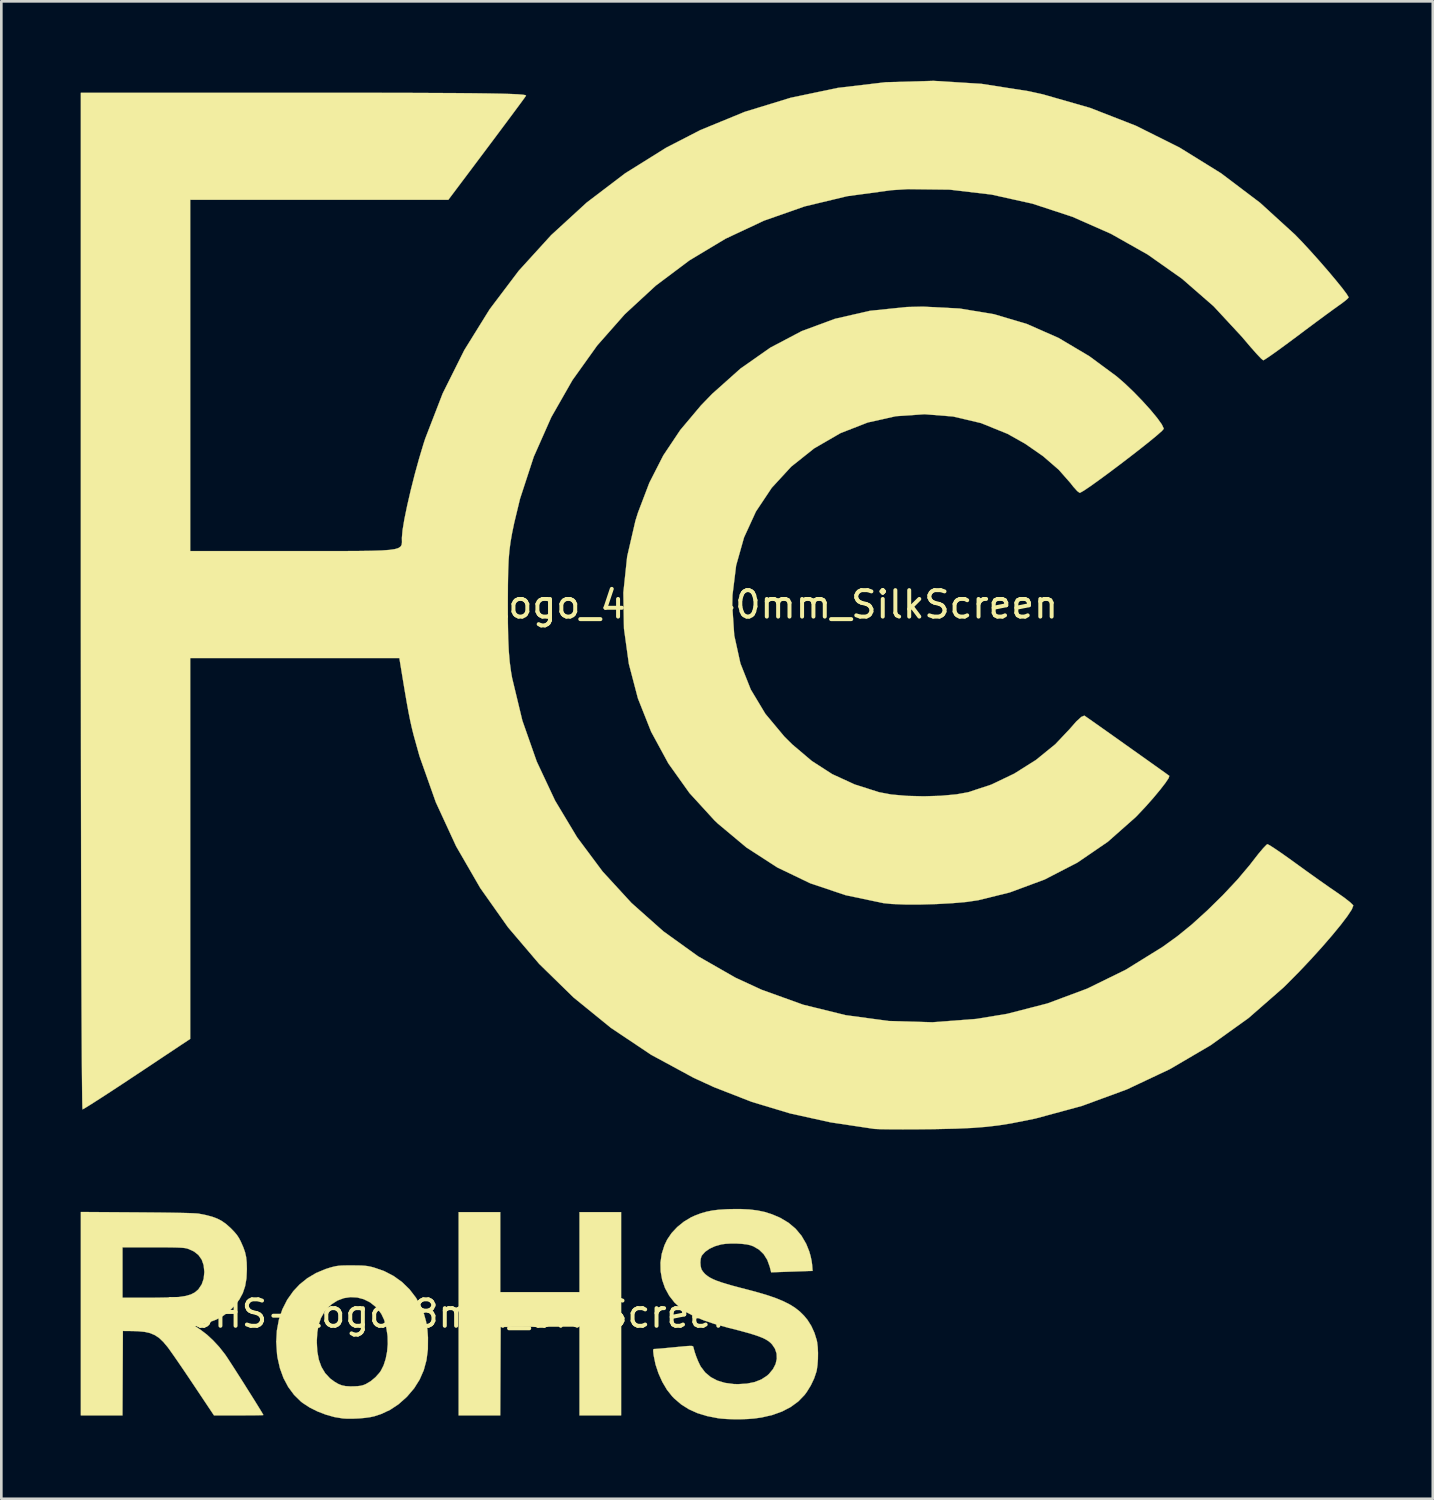
<source format=kicad_pcb>
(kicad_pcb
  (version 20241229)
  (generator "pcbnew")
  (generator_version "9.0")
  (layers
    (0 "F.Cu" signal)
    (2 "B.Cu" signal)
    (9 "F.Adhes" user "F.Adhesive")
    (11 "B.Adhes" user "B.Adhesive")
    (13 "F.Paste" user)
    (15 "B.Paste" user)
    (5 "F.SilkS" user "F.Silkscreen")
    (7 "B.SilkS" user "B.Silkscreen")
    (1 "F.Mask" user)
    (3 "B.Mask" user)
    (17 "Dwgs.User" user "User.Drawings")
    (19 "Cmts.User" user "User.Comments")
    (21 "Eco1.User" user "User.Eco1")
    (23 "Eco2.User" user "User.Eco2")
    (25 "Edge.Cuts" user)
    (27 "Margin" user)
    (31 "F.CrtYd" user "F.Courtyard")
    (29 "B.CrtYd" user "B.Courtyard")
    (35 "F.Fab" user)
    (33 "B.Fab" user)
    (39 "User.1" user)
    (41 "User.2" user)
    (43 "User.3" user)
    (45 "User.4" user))
  (footprint "RoHS-Logo_8mm_SilkScreen"
    (layer "F.Cu")
    (at 13.945 46.585)
    (property "Reference" "RoHS-Logo_8mm_SilkScreen" (at 0 0 0) (layer "F.SilkS") (effects (font (size 1 1) (thickness 0.15))))
    (attr exclude_from_pos_files exclude_from_bom)
    (fp_poly (pts (xy 1.905 -0.816) (xy 4.899 -0.816) (xy 4.899 -3.84) (xy 6.471 -3.84) (xy 6.471 3.84) (xy 4.899 3.84) (xy 4.899 0.483) (xy 3.409 0.491) (xy 1.92 0.499) (xy 1.912 2.17) (xy 1.904 3.84) (xy 0.333 3.84) (xy 0.333 -3.84) (xy 1.905 -3.84) (xy 1.905 -0.816)) (stroke (width 0.01) (type solid)) (fill yes) (layer "F.SilkS"))
    (fp_poly (pts (xy -3.689 -1.826) (xy -3.487 -1.825) (xy -3.332 -1.821) (xy -3.208 -1.813) (xy -3.103 -1.8) (xy -3.001 -1.78) (xy -2.889 -1.752) (xy -2.871 -1.747) (xy -2.484 -1.613) (xy -2.127 -1.428) (xy -1.804 -1.196) (xy -1.52 -0.919) (xy -1.277 -0.602) (xy -1.087 -0.26) (xy -0.976 0.011) (xy -0.898 0.291) (xy -0.848 0.594) (xy -0.826 0.895) (xy -0.829 1.34) (xy -0.882 1.752) (xy -0.985 2.132) (xy -1.14 2.485) (xy -1.346 2.814) (xy -1.607 3.121) (xy -1.647 3.161) (xy -1.942 3.422) (xy -2.255 3.629) (xy -2.595 3.788) (xy -2.848 3.872) (xy -3.005 3.906) (xy -3.205 3.934) (xy -3.428 3.954) (xy -3.657 3.964) (xy -3.873 3.965) (xy -4.043 3.955) (xy -4.359 3.903) (xy -4.684 3.812) (xy -5.003 3.689) (xy -5.3 3.54) (xy -5.558 3.371) (xy -5.627 3.317) (xy -5.885 3.064) (xy -6.105 2.767) (xy -6.284 2.43) (xy -6.419 2.059) (xy -6.51 1.658) (xy -6.528 1.527) (xy -6.558 1.069) (xy -6.558 1.058) (xy -5.026 1.058) (xy -5.008 1.419) (xy -4.95 1.735) (xy -4.85 2.01) (xy -4.709 2.245) (xy -4.525 2.443) (xy -4.354 2.57) (xy -4.213 2.652) (xy -4.079 2.705) (xy -3.936 2.734) (xy -3.762 2.744) (xy -3.644 2.743) (xy -3.488 2.736) (xy -3.373 2.722) (xy -3.278 2.699) (xy -3.183 2.661) (xy -3.168 2.654) (xy -2.989 2.548) (xy -2.814 2.402) (xy -2.662 2.234) (xy -2.604 2.151) (xy -2.502 1.949) (xy -2.423 1.704) (xy -2.37 1.432) (xy -2.345 1.147) (xy -2.351 0.864) (xy -2.358 0.793) (xy -2.407 0.487) (xy -2.482 0.228) (xy -2.586 0.009) (xy -2.724 -0.181) (xy -2.799 -0.26) (xy -3.013 -0.43) (xy -3.249 -0.548) (xy -3.498 -0.614) (xy -3.752 -0.628) (xy -4.004 -0.59) (xy -4.245 -0.5) (xy -4.468 -0.357) (xy -4.577 -0.26) (xy -4.742 -0.063) (xy -4.868 0.158) (xy -4.955 0.411) (xy -5.007 0.701) (xy -5.026 1.036) (xy -5.026 1.058) (xy -6.558 1.058) (xy -6.534 0.633) (xy -6.457 0.22) (xy -6.327 -0.167) (xy -6.145 -0.526) (xy -5.912 -0.855) (xy -5.674 -1.109) (xy -5.384 -1.343) (xy -5.054 -1.539) (xy -4.691 -1.691) (xy -4.518 -1.745) (xy -4.402 -1.776) (xy -4.303 -1.798) (xy -4.205 -1.812) (xy -4.096 -1.821) (xy -3.96 -1.825) (xy -3.784 -1.827) (xy -3.689 -1.826)) (stroke (width 0.01) (type solid)) (fill yes) (layer "F.SilkS"))
    (fp_poly (pts (xy -11.816 -3.831) (xy -11.341 -3.827) (xy -10.916 -3.823) (xy -10.544 -3.818) (xy -10.225 -3.812) (xy -9.96 -3.806) (xy -9.752 -3.799) (xy -9.601 -3.792) (xy -9.509 -3.785) (xy -9.495 -3.783) (xy -9.214 -3.728) (xy -8.982 -3.667) (xy -8.786 -3.594) (xy -8.615 -3.504) (xy -8.456 -3.392) (xy -8.297 -3.252) (xy -8.263 -3.219) (xy -8.136 -3.087) (xy -8.042 -2.974) (xy -7.967 -2.86) (xy -7.897 -2.727) (xy -7.894 -2.719) (xy -7.802 -2.511) (xy -7.737 -2.326) (xy -7.696 -2.143) (xy -7.675 -1.943) (xy -7.668 -1.705) (xy -7.668 -1.678) (xy -7.683 -1.34) (xy -7.734 -1.043) (xy -7.822 -0.78) (xy -7.952 -0.539) (xy -8.127 -0.311) (xy -8.237 -0.195) (xy -8.385 -0.058) (xy -8.533 0.057) (xy -8.691 0.154) (xy -8.872 0.239) (xy -9.084 0.317) (xy -9.34 0.394) (xy -9.521 0.442) (xy -9.622 0.469) (xy -9.4 0.619) (xy -9.173 0.793) (xy -8.94 1.01) (xy -8.713 1.255) (xy -8.508 1.515) (xy -8.477 1.557) (xy -8.425 1.634) (xy -8.35 1.748) (xy -8.255 1.894) (xy -8.144 2.066) (xy -8.022 2.257) (xy -7.892 2.46) (xy -7.759 2.67) (xy -7.627 2.881) (xy -7.498 3.085) (xy -7.378 3.276) (xy -7.271 3.449) (xy -7.18 3.597) (xy -7.109 3.713) (xy -7.063 3.791) (xy -7.046 3.825) (xy -7.045 3.826) (xy -7.074 3.83) (xy -7.157 3.833) (xy -7.285 3.836) (xy -7.452 3.838) (xy -7.65 3.839) (xy -7.872 3.84) (xy -7.978 3.84) (xy -8.91 3.84) (xy -9.682 2.684) (xy -9.849 2.435) (xy -10.012 2.193) (xy -10.169 1.963) (xy -10.313 1.752) (xy -10.441 1.568) (xy -10.548 1.416) (xy -10.629 1.303) (xy -10.666 1.254) (xy -10.826 1.063) (xy -10.982 0.915) (xy -11.145 0.807) (xy -11.325 0.731) (xy -11.535 0.684) (xy -11.785 0.66) (xy -11.973 0.654) (xy -12.352 0.65) (xy -12.36 2.245) (xy -12.368 3.84) (xy -13.94 3.84) (xy -13.94 -2.51) (xy -12.367 -2.51) (xy -12.367 -0.605) (xy -11.422 -0.605) (xy -11.174 -0.606) (xy -10.933 -0.609) (xy -10.708 -0.613) (xy -10.51 -0.619) (xy -10.349 -0.626) (xy -10.236 -0.633) (xy -10.213 -0.636) (xy -9.975 -0.673) (xy -9.786 -0.728) (xy -9.636 -0.805) (xy -9.515 -0.907) (xy -9.497 -0.926) (xy -9.374 -1.11) (xy -9.3 -1.323) (xy -9.275 -1.57) (xy -9.275 -1.587) (xy -9.301 -1.835) (xy -9.374 -2.044) (xy -9.495 -2.216) (xy -9.663 -2.351) (xy -9.879 -2.449) (xy -9.919 -2.462) (xy -9.97 -2.475) (xy -10.035 -2.485) (xy -10.118 -2.493) (xy -10.227 -2.499) (xy -10.367 -2.504) (xy -10.546 -2.507) (xy -10.768 -2.509) (xy -11.042 -2.51) (xy -11.224 -2.51) (xy -12.367 -2.51) (xy -13.94 -2.51) (xy -13.94 -3.845) (xy -11.816 -3.831)) (stroke (width 0.01) (type solid)) (fill yes) (layer "F.SilkS"))
    (fp_poly (pts (xy 11.316 -3.94) (xy 11.621 -3.903) (xy 11.901 -3.844) (xy 12.166 -3.76) (xy 12.427 -3.65) (xy 12.485 -3.623) (xy 12.796 -3.438) (xy 13.063 -3.213) (xy 13.286 -2.947) (xy 13.465 -2.64) (xy 13.58 -2.353) (xy 13.629 -2.182) (xy 13.668 -2.002) (xy 13.688 -1.852) (xy 13.706 -1.618) (xy 13.619 -1.616) (xy 13.564 -1.615) (xy 13.459 -1.611) (xy 13.313 -1.606) (xy 13.136 -1.6) (xy 12.939 -1.593) (xy 12.836 -1.59) (xy 12.141 -1.565) (xy 12.086 -1.779) (xy 11.993 -2.036) (xy 11.858 -2.251) (xy 11.684 -2.421) (xy 11.471 -2.546) (xy 11.354 -2.589) (xy 11.214 -2.62) (xy 11.033 -2.641) (xy 10.829 -2.653) (xy 10.621 -2.653) (xy 10.427 -2.643) (xy 10.265 -2.622) (xy 10.253 -2.619) (xy 10.018 -2.552) (xy 9.814 -2.458) (xy 9.648 -2.342) (xy 9.531 -2.212) (xy 9.507 -2.171) (xy 9.477 -2.069) (xy 9.466 -1.937) (xy 9.476 -1.8) (xy 9.505 -1.684) (xy 9.505 -1.684) (xy 9.553 -1.605) (xy 9.627 -1.518) (xy 9.663 -1.484) (xy 9.742 -1.421) (xy 9.835 -1.362) (xy 9.947 -1.305) (xy 10.083 -1.248) (xy 10.251 -1.189) (xy 10.455 -1.125) (xy 10.703 -1.054) (xy 11 -0.975) (xy 11.249 -0.911) (xy 11.667 -0.798) (xy 12.031 -0.689) (xy 12.346 -0.579) (xy 12.617 -0.465) (xy 12.851 -0.346) (xy 13.053 -0.218) (xy 13.229 -0.078) (xy 13.384 0.076) (xy 13.512 0.231) (xy 13.657 0.461) (xy 13.777 0.724) (xy 13.861 0.995) (xy 13.877 1.071) (xy 13.9 1.26) (xy 13.91 1.481) (xy 13.907 1.713) (xy 13.891 1.935) (xy 13.864 2.127) (xy 13.85 2.189) (xy 13.764 2.444) (xy 13.639 2.707) (xy 13.486 2.955) (xy 13.398 3.073) (xy 13.164 3.314) (xy 12.883 3.52) (xy 12.557 3.691) (xy 12.189 3.824) (xy 11.782 3.918) (xy 11.497 3.958) (xy 11.262 3.976) (xy 11 3.986) (xy 10.73 3.986) (xy 10.471 3.977) (xy 10.242 3.96) (xy 10.13 3.946) (xy 9.716 3.865) (xy 9.351 3.753) (xy 9.026 3.606) (xy 8.737 3.422) (xy 8.477 3.199) (xy 8.397 3.116) (xy 8.202 2.869) (xy 8.029 2.577) (xy 7.884 2.255) (xy 7.772 1.917) (xy 7.702 1.577) (xy 7.693 1.504) (xy 7.683 1.407) (xy 7.685 1.355) (xy 7.704 1.334) (xy 7.743 1.33) (xy 7.745 1.33) (xy 7.796 1.328) (xy 7.897 1.32) (xy 8.037 1.308) (xy 8.207 1.292) (xy 8.396 1.274) (xy 8.436 1.27) (xy 8.668 1.248) (xy 8.847 1.231) (xy 8.98 1.22) (xy 9.074 1.215) (xy 9.136 1.216) (xy 9.173 1.224) (xy 9.193 1.238) (xy 9.202 1.26) (xy 9.208 1.288) (xy 9.209 1.293) (xy 9.251 1.446) (xy 9.312 1.624) (xy 9.383 1.8) (xy 9.456 1.952) (xy 9.484 2.002) (xy 9.649 2.219) (xy 9.857 2.393) (xy 10.105 2.524) (xy 10.393 2.611) (xy 10.72 2.655) (xy 10.886 2.66) (xy 11.223 2.64) (xy 11.516 2.581) (xy 11.769 2.482) (xy 11.984 2.341) (xy 12.059 2.273) (xy 12.209 2.092) (xy 12.308 1.899) (xy 12.353 1.701) (xy 12.346 1.506) (xy 12.284 1.32) (xy 12.177 1.161) (xy 12.11 1.092) (xy 12.031 1.029) (xy 11.936 0.97) (xy 11.818 0.912) (xy 11.672 0.854) (xy 11.493 0.793) (xy 11.275 0.727) (xy 11.012 0.655) (xy 10.699 0.573) (xy 10.472 0.516) (xy 10.002 0.386) (xy 9.589 0.247) (xy 9.235 0.099) (xy 8.939 -0.058) (xy 8.744 -0.19) (xy 8.493 -0.419) (xy 8.288 -0.682) (xy 8.13 -0.972) (xy 8.022 -1.282) (xy 7.965 -1.605) (xy 7.959 -1.935) (xy 8.007 -2.265) (xy 8.109 -2.587) (xy 8.213 -2.804) (xy 8.38 -3.049) (xy 8.594 -3.278) (xy 8.844 -3.48) (xy 9.116 -3.644) (xy 9.26 -3.709) (xy 9.482 -3.793) (xy 9.696 -3.855) (xy 9.917 -3.9) (xy 10.161 -3.93) (xy 10.443 -3.948) (xy 10.584 -3.953) (xy 10.973 -3.956) (xy 11.316 -3.94)) (stroke (width 0.01) (type solid)) (fill yes) (layer "F.SilkS")))
  (footprint "FCC-Logo_48.3x40mm_SilkScreen"
    (layer "F.Cu")
    (at 24.087 19.791)
    (property "Reference" "FCC-Logo_48.3x40mm_SilkScreen" (at 0 0 0) (layer "F.SilkS") (effects (font (size 1 1) (thickness 0.15))))
    (attr exclude_from_pos_files exclude_from_bom)
    (fp_poly (pts (xy 9.118 -11.185) (xy 10.421 -10.969) (xy 11.661 -10.6) (xy 12.855 -10.074) (xy 14.019 -9.383) (xy 15.046 -8.625) (xy 15.359 -8.354) (xy 15.695 -8.033) (xy 16.027 -7.69) (xy 16.332 -7.353) (xy 16.583 -7.049) (xy 16.758 -6.805) (xy 16.83 -6.651) (xy 16.831 -6.641) (xy 16.764 -6.561) (xy 16.579 -6.398) (xy 16.301 -6.168) (xy 15.954 -5.892) (xy 15.563 -5.588) (xy 15.153 -5.275) (xy 14.748 -4.971) (xy 14.372 -4.695) (xy 14.052 -4.466) (xy 13.81 -4.303) (xy 13.672 -4.225) (xy 13.654 -4.221) (xy 13.563 -4.287) (xy 13.413 -4.454) (xy 13.315 -4.581) (xy 12.863 -5.094) (xy 12.275 -5.604) (xy 11.59 -6.079) (xy 10.932 -6.449) (xy 9.926 -6.857) (xy 8.872 -7.105) (xy 7.793 -7.191) (xy 6.71 -7.116) (xy 5.648 -6.879) (xy 4.627 -6.481) (xy 4.618 -6.477) (xy 3.624 -5.902) (xy 2.756 -5.211) (xy 2.02 -4.411) (xy 1.423 -3.516) (xy 0.973 -2.534) (xy 0.675 -1.478) (xy 0.537 -0.357) (xy 0.528 0.027) (xy 0.604 1.165) (xy 0.837 2.224) (xy 1.228 3.21) (xy 1.781 4.13) (xy 2.499 4.99) (xy 2.792 5.281) (xy 3.536 5.911) (xy 4.306 6.407) (xy 5.15 6.795) (xy 6.075 7.09) (xy 6.541 7.177) (xy 7.123 7.228) (xy 7.763 7.244) (xy 8.406 7.225) (xy 8.995 7.171) (xy 9.439 7.091) (xy 10.314 6.803) (xy 11.184 6.387) (xy 12.005 5.869) (xy 12.735 5.276) (xy 13.281 4.698) (xy 13.527 4.417) (xy 13.717 4.244) (xy 13.83 4.197) (xy 13.837 4.2) (xy 13.927 4.262) (xy 14.135 4.408) (xy 14.434 4.619) (xy 14.799 4.877) (xy 15.205 5.165) (xy 15.624 5.463) (xy 16.033 5.753) (xy 16.404 6.017) (xy 16.713 6.237) (xy 16.933 6.394) (xy 17.038 6.47) (xy 17.041 6.473) (xy 17.016 6.556) (xy 16.892 6.741) (xy 16.693 6.998) (xy 16.441 7.301) (xy 16.157 7.622) (xy 15.865 7.933) (xy 15.767 8.034) (xy 14.72 8.96) (xy 13.57 9.747) (xy 12.33 10.388) (xy 11.009 10.877) (xy 9.822 11.17) (xy 9.396 11.233) (xy 8.856 11.281) (xy 8.253 11.315) (xy 7.635 11.333) (xy 7.052 11.332) (xy 6.553 11.312) (xy 6.24 11.28) (xy 4.812 10.98) (xy 3.476 10.531) (xy 2.228 9.931) (xy 1.064 9.178) (xy -0.023 8.269) (xy -0.145 8.152) (xy -1.087 7.122) (xy -1.886 6.001) (xy -2.536 4.805) (xy -3.035 3.547) (xy -3.378 2.242) (xy -3.563 0.904) (xy -3.586 -0.452) (xy -3.442 -1.814) (xy -3.13 -3.165) (xy -3.035 -3.469) (xy -2.603 -4.603) (xy -2.078 -5.632) (xy -1.436 -6.593) (xy -0.654 -7.523) (xy -0.231 -7.96) (xy 0.841 -8.917) (xy 1.968 -9.707) (xy 3.155 -10.332) (xy 4.407 -10.795) (xy 5.728 -11.098) (xy 7.124 -11.242) (xy 7.734 -11.256) (xy 9.118 -11.185)) (stroke (width 0.01) (type solid)) (fill yes) (layer "F.SilkS"))
    (fp_poly (pts (xy 9.942 -19.674) (xy 11.72 -19.396) (xy 12.261 -19.277) (xy 14.047 -18.765) (xy 15.774 -18.092) (xy 17.428 -17.266) (xy 18.998 -16.293) (xy 20.47 -15.18) (xy 21.794 -13.973) (xy 22.076 -13.681) (xy 22.392 -13.338) (xy 22.722 -12.969) (xy 23.043 -12.599) (xy 23.334 -12.253) (xy 23.574 -11.957) (xy 23.741 -11.735) (xy 23.815 -11.612) (xy 23.816 -11.602) (xy 23.749 -11.531) (xy 23.58 -11.397) (xy 23.443 -11.299) (xy 23.246 -11.158) (xy 22.942 -10.936) (xy 22.564 -10.657) (xy 22.144 -10.344) (xy 21.865 -10.134) (xy 21.465 -9.837) (xy 21.114 -9.581) (xy 20.834 -9.383) (xy 20.651 -9.261) (xy 20.59 -9.228) (xy 20.512 -9.292) (xy 20.345 -9.467) (xy 20.114 -9.728) (xy 19.841 -10.049) (xy 19.788 -10.112) (xy 18.713 -11.272) (xy 17.519 -12.312) (xy 16.222 -13.226) (xy 14.837 -14.008) (xy 13.381 -14.65) (xy 11.869 -15.147) (xy 10.318 -15.491) (xy 8.743 -15.676) (xy 7.16 -15.695) (xy 6.543 -15.656) (xy 4.871 -15.429) (xy 3.263 -15.043) (xy 1.728 -14.505) (xy 0.273 -13.822) (xy -1.093 -13.001) (xy -2.362 -12.049) (xy -3.527 -10.974) (xy -4.578 -9.783) (xy -5.508 -8.482) (xy -6.309 -7.079) (xy -6.972 -5.582) (xy -7.49 -3.997) (xy -7.711 -3.081) (xy -7.791 -2.694) (xy -7.85 -2.356) (xy -7.892 -2.03) (xy -7.921 -1.679) (xy -7.938 -1.265) (xy -7.947 -0.754) (xy -7.95 -0.106) (xy -7.95 -0.044) (xy -7.948 0.684) (xy -7.937 1.271) (xy -7.915 1.751) (xy -7.881 2.159) (xy -7.831 2.53) (xy -7.79 2.769) (xy -7.402 4.383) (xy -6.858 5.932) (xy -6.166 7.406) (xy -5.333 8.794) (xy -4.369 10.087) (xy -3.28 11.273) (xy -2.076 12.344) (xy -0.764 13.288) (xy 0.648 14.096) (xy 1.64 14.554) (xy 3.213 15.12) (xy 4.816 15.514) (xy 6.445 15.734) (xy 8.093 15.781) (xy 9.755 15.654) (xy 10.913 15.463) (xy 12.438 15.07) (xy 13.94 14.51) (xy 15.396 13.796) (xy 16.784 12.936) (xy 17.343 12.533) (xy 17.887 12.091) (xy 18.477 11.556) (xy 19.069 10.974) (xy 19.618 10.388) (xy 20.077 9.844) (xy 20.175 9.717) (xy 20.399 9.43) (xy 20.588 9.205) (xy 20.716 9.073) (xy 20.75 9.053) (xy 20.844 9.102) (xy 21.052 9.237) (xy 21.346 9.439) (xy 21.697 9.689) (xy 21.819 9.778) (xy 22.245 10.086) (xy 22.681 10.397) (xy 23.078 10.676) (xy 23.386 10.888) (xy 23.401 10.898) (xy 23.675 11.092) (xy 23.881 11.255) (xy 23.985 11.359) (xy 23.991 11.374) (xy 23.935 11.519) (xy 23.771 11.768) (xy 23.518 12.101) (xy 23.192 12.498) (xy 22.811 12.938) (xy 22.391 13.402) (xy 21.951 13.868) (xy 21.506 14.318) (xy 21.347 14.474) (xy 20.035 15.621) (xy 18.602 16.649) (xy 17.065 17.55) (xy 15.438 18.318) (xy 13.737 18.943) (xy 11.979 19.419) (xy 11.074 19.6) (xy 10.597 19.676) (xy 10.118 19.732) (xy 9.597 19.773) (xy 8.991 19.8) (xy 8.26 19.817) (xy 8.086 19.82) (xy 7.507 19.826) (xy 6.97 19.828) (xy 6.507 19.826) (xy 6.147 19.821) (xy 5.924 19.812) (xy 5.889 19.809) (xy 4.241 19.562) (xy 2.712 19.225) (xy 1.261 18.787) (xy -0.15 18.237) (xy -0.923 17.883) (xy -2.537 17.009) (xy -4.054 15.994) (xy -5.466 14.846) (xy -6.765 13.577) (xy -7.943 12.194) (xy -8.992 10.709) (xy -9.904 9.131) (xy -10.671 7.469) (xy -11.286 5.733) (xy -11.512 4.922) (xy -11.577 4.659) (xy -11.638 4.387) (xy -11.701 4.074) (xy -11.771 3.69) (xy -11.854 3.205) (xy -11.956 2.588) (xy -12.002 2.307) (xy -12.049 2.021) (xy -19.951 2.021) (xy -19.951 16.409) (xy -21.952 17.74) (xy -22.48 18.09) (xy -22.96 18.405) (xy -23.373 18.673) (xy -23.7 18.882) (xy -23.921 19.019) (xy -24.016 19.072) (xy -24.018 19.072) (xy -24.024 18.985) (xy -24.03 18.731) (xy -24.035 18.317) (xy -24.041 17.751) (xy -24.046 17.041) (xy -24.051 16.195) (xy -24.056 15.22) (xy -24.06 14.126) (xy -24.064 12.92) (xy -24.068 11.61) (xy -24.072 10.203) (xy -24.074 8.708) (xy -24.077 7.133) (xy -24.079 5.486) (xy -24.08 3.775) (xy -24.081 2.007) (xy -24.082 0.19) (xy -24.082 -0.132) (xy -24.082 -19.336) (xy -15.639 -19.336) (xy -14.185 -19.335) (xy -12.898 -19.334) (xy -11.769 -19.332) (xy -10.789 -19.328) (xy -9.951 -19.324) (xy -9.244 -19.318) (xy -8.661 -19.31) (xy -8.193 -19.301) (xy -7.83 -19.29) (xy -7.564 -19.278) (xy -7.387 -19.263) (xy -7.289 -19.247) (xy -7.262 -19.228) (xy -7.263 -19.226) (xy -7.331 -19.129) (xy -7.491 -18.911) (xy -7.728 -18.591) (xy -8.027 -18.189) (xy -8.374 -17.724) (xy -8.754 -17.216) (xy -8.763 -17.204) (xy -10.198 -15.293) (xy -19.951 -15.293) (xy -19.951 -2.021) (xy -16.005 -2.021) (xy -15.055 -2.021) (xy -14.266 -2.021) (xy -13.623 -2.024) (xy -13.111 -2.031) (xy -12.715 -2.044) (xy -12.421 -2.065) (xy -12.213 -2.096) (xy -12.077 -2.139) (xy -11.998 -2.195) (xy -11.96 -2.266) (xy -11.95 -2.355) (xy -11.952 -2.462) (xy -11.953 -2.523) (xy -11.928 -2.808) (xy -11.859 -3.225) (xy -11.753 -3.74) (xy -11.619 -4.319) (xy -11.466 -4.926) (xy -11.3 -5.526) (xy -11.132 -6.085) (xy -11.072 -6.269) (xy -10.411 -7.978) (xy -9.596 -9.611) (xy -8.636 -11.158) (xy -7.539 -12.61) (xy -6.315 -13.956) (xy -4.972 -15.187) (xy -3.518 -16.293) (xy -1.963 -17.264) (xy -0.673 -17.928) (xy 0.999 -18.615) (xy 2.734 -19.147) (xy 4.514 -19.52) (xy 6.321 -19.734) (xy 8.136 -19.786) (xy 9.942 -19.674)) (stroke (width 0.01) (type solid)) (fill yes) (layer "F.SilkS")))
  (gr_rect
    (start -3 -3)
    (end 51.083 53.576)
    (stroke (width 0.1) (type default))
    (fill no)
    (layer "Edge.Cuts")))
</source>
